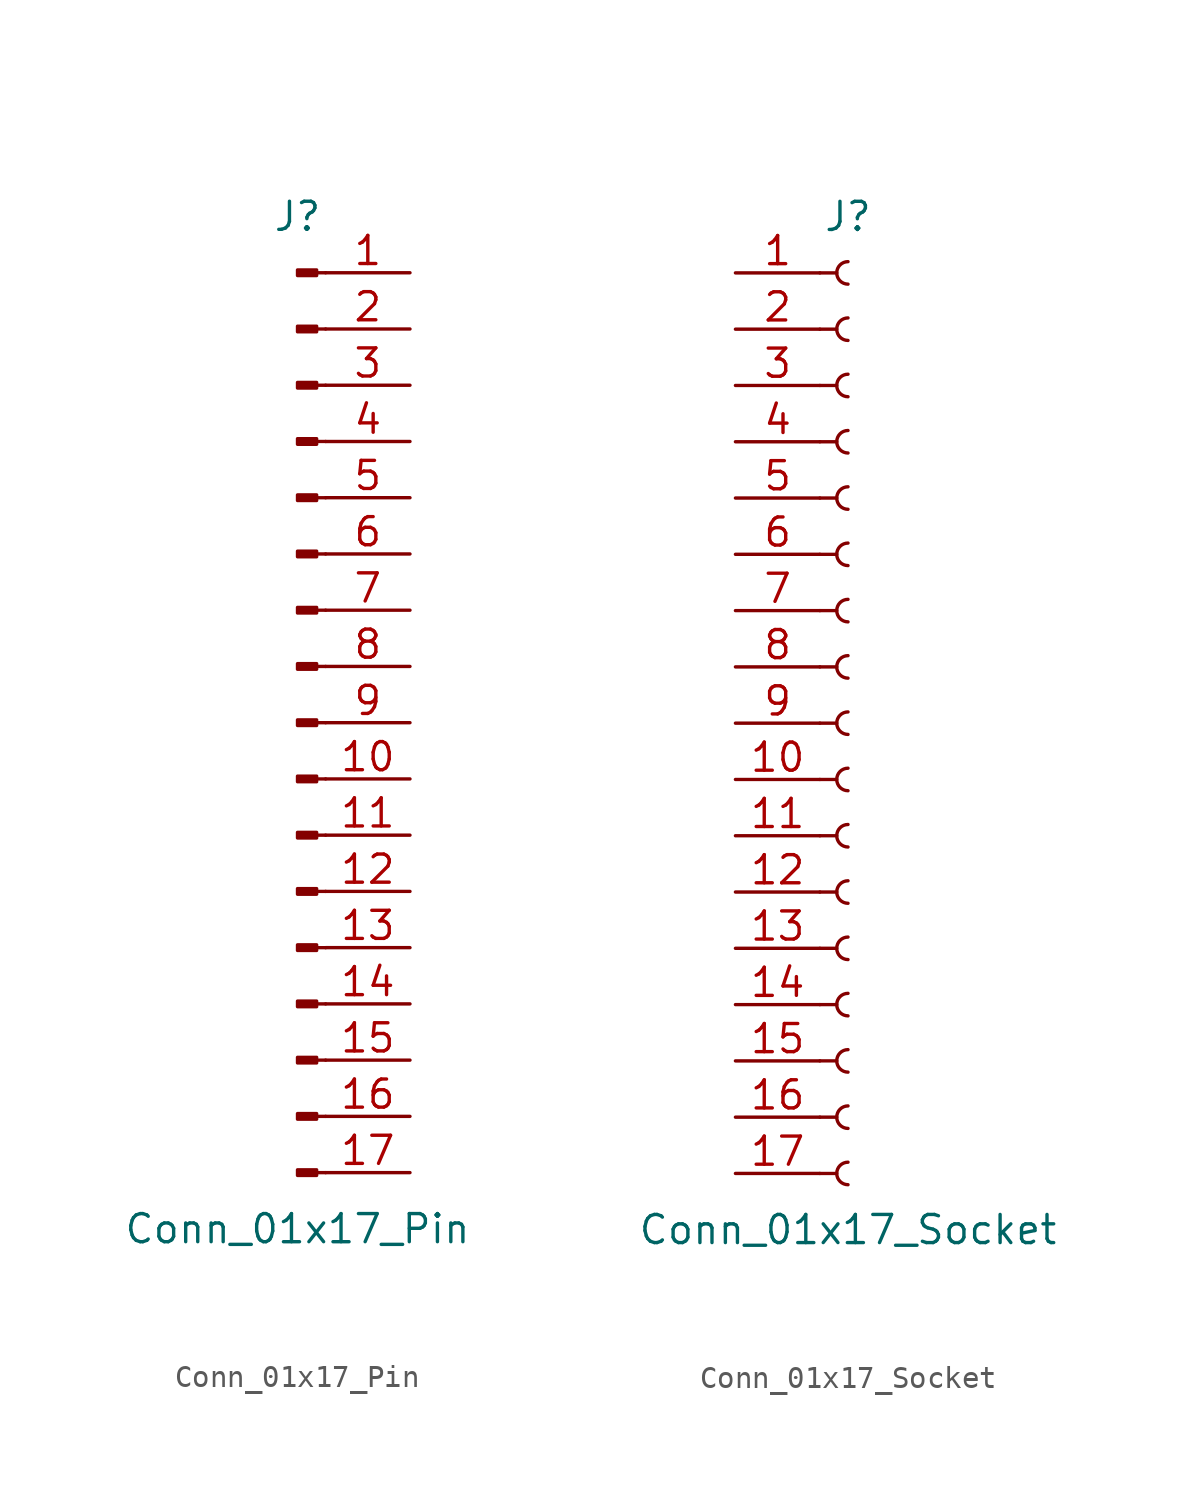
<source format=kicad_sym>
(kicad_symbol_lib
  (version 20241209)
  (generator "kicad_symbol_editor")
  (generator_version "9.0")
  (symbol "Conn_01x17_Pin"
    (pin_names
      (offset 1.016)
      (hide yes))
    (property "Reference" "J"
      (at 0 22.86 0)
      (effects (font (size 1.27 1.27))))
    (property "Value" "Conn_01x17_Pin"
      (at 0 -22.86 0)
      (effects (font (size 1.27 1.27))))
    (property "ki_locked" ""
      (at 0 0 0)
      (effects (font (size 1.27 1.27))))
    (symbol "Conn_01x17_Pin_1_1"
      (rectangle (start 0.864 20.447) (end 0 20.193) (stroke (width 0.152) (type default)) (fill (type outline)))
      (rectangle (start 0.864 17.907) (end 0 17.653) (stroke (width 0.152) (type default)) (fill (type outline)))
      (rectangle (start 0.864 15.367) (end 0 15.113) (stroke (width 0.152) (type default)) (fill (type outline)))
      (rectangle (start 0.864 12.827) (end 0 12.573) (stroke (width 0.152) (type default)) (fill (type outline)))
      (rectangle (start 0.864 10.287) (end 0 10.033) (stroke (width 0.152) (type default)) (fill (type outline)))
      (rectangle (start 0.864 7.747) (end 0 7.493) (stroke (width 0.152) (type default)) (fill (type outline)))
      (rectangle (start 0.864 5.207) (end 0 4.953) (stroke (width 0.152) (type default)) (fill (type outline)))
      (rectangle (start 0.864 2.667) (end 0 2.413) (stroke (width 0.152) (type default)) (fill (type outline)))
      (rectangle (start 0.864 0.127) (end 0 -0.127) (stroke (width 0.152) (type default)) (fill (type outline)))
      (rectangle (start 0.864 -2.413) (end 0 -2.667) (stroke (width 0.152) (type default)) (fill (type outline)))
      (rectangle (start 0.864 -4.953) (end 0 -5.207) (stroke (width 0.152) (type default)) (fill (type outline)))
      (rectangle (start 0.864 -7.493) (end 0 -7.747) (stroke (width 0.152) (type default)) (fill (type outline)))
      (rectangle (start 0.864 -10.033) (end 0 -10.287) (stroke (width 0.152) (type default)) (fill (type outline)))
      (rectangle (start 0.864 -12.573) (end 0 -12.827) (stroke (width 0.152) (type default)) (fill (type outline)))
      (rectangle (start 0.864 -15.113) (end 0 -15.367) (stroke (width 0.152) (type default)) (fill (type outline)))
      (rectangle (start 0.864 -17.653) (end 0 -17.907) (stroke (width 0.152) (type default)) (fill (type outline)))
      (rectangle (start 0.864 -20.193) (end 0 -20.447) (stroke (width 0.152) (type default)) (fill (type outline)))
      (polyline (pts (xy 1.27 20.32) (xy 0.864 20.32)) (stroke (width 0.152) (type default)) (fill (type none)))
      (polyline (pts (xy 1.27 17.78) (xy 0.864 17.78)) (stroke (width 0.152) (type default)) (fill (type none)))
      (polyline (pts (xy 1.27 15.24) (xy 0.864 15.24)) (stroke (width 0.152) (type default)) (fill (type none)))
      (polyline (pts (xy 1.27 12.7) (xy 0.864 12.7)) (stroke (width 0.152) (type default)) (fill (type none)))
      (polyline (pts (xy 1.27 10.16) (xy 0.864 10.16)) (stroke (width 0.152) (type default)) (fill (type none)))
      (polyline (pts (xy 1.27 7.62) (xy 0.864 7.62)) (stroke (width 0.152) (type default)) (fill (type none)))
      (polyline (pts (xy 1.27 5.08) (xy 0.864 5.08)) (stroke (width 0.152) (type default)) (fill (type none)))
      (polyline (pts (xy 1.27 2.54) (xy 0.864 2.54)) (stroke (width 0.152) (type default)) (fill (type none)))
      (polyline (pts (xy 1.27 0) (xy 0.864 0)) (stroke (width 0.152) (type default)) (fill (type none)))
      (polyline (pts (xy 1.27 -2.54) (xy 0.864 -2.54)) (stroke (width 0.152) (type default)) (fill (type none)))
      (polyline (pts (xy 1.27 -5.08) (xy 0.864 -5.08)) (stroke (width 0.152) (type default)) (fill (type none)))
      (polyline (pts (xy 1.27 -7.62) (xy 0.864 -7.62)) (stroke (width 0.152) (type default)) (fill (type none)))
      (polyline (pts (xy 1.27 -10.16) (xy 0.864 -10.16)) (stroke (width 0.152) (type default)) (fill (type none)))
      (polyline (pts (xy 1.27 -12.7) (xy 0.864 -12.7)) (stroke (width 0.152) (type default)) (fill (type none)))
      (polyline (pts (xy 1.27 -15.24) (xy 0.864 -15.24)) (stroke (width 0.152) (type default)) (fill (type none)))
      (polyline (pts (xy 1.27 -17.78) (xy 0.864 -17.78)) (stroke (width 0.152) (type default)) (fill (type none)))
      (polyline (pts (xy 1.27 -20.32) (xy 0.864 -20.32)) (stroke (width 0.152) (type default)) (fill (type none)))
      (pin passive line (at 5.08 20.32 180) (length 3.81) (name "Pin_1" (effects (font (size 1.27 1.27)))) (number "1" (effects (font (size 1.27 1.27)))))
      (pin passive line (at 5.08 17.78 180) (length 3.81) (name "Pin_2" (effects (font (size 1.27 1.27)))) (number "2" (effects (font (size 1.27 1.27)))))
      (pin passive line (at 5.08 15.24 180) (length 3.81) (name "Pin_3" (effects (font (size 1.27 1.27)))) (number "3" (effects (font (size 1.27 1.27)))))
      (pin passive line (at 5.08 12.7 180) (length 3.81) (name "Pin_4" (effects (font (size 1.27 1.27)))) (number "4" (effects (font (size 1.27 1.27)))))
      (pin passive line (at 5.08 10.16 180) (length 3.81) (name "Pin_5" (effects (font (size 1.27 1.27)))) (number "5" (effects (font (size 1.27 1.27)))))
      (pin passive line (at 5.08 7.62 180) (length 3.81) (name "Pin_6" (effects (font (size 1.27 1.27)))) (number "6" (effects (font (size 1.27 1.27)))))
      (pin passive line (at 5.08 5.08 180) (length 3.81) (name "Pin_7" (effects (font (size 1.27 1.27)))) (number "7" (effects (font (size 1.27 1.27)))))
      (pin passive line (at 5.08 2.54 180) (length 3.81) (name "Pin_8" (effects (font (size 1.27 1.27)))) (number "8" (effects (font (size 1.27 1.27)))))
      (pin passive line (at 5.08 0 180) (length 3.81) (name "Pin_9" (effects (font (size 1.27 1.27)))) (number "9" (effects (font (size 1.27 1.27)))))
      (pin passive line (at 5.08 -2.54 180) (length 3.81) (name "Pin_10" (effects (font (size 1.27 1.27)))) (number "10" (effects (font (size 1.27 1.27)))))
      (pin passive line (at 5.08 -5.08 180) (length 3.81) (name "Pin_11" (effects (font (size 1.27 1.27)))) (number "11" (effects (font (size 1.27 1.27)))))
      (pin passive line (at 5.08 -7.62 180) (length 3.81) (name "Pin_12" (effects (font (size 1.27 1.27)))) (number "12" (effects (font (size 1.27 1.27)))))
      (pin passive line (at 5.08 -10.16 180) (length 3.81) (name "Pin_13" (effects (font (size 1.27 1.27)))) (number "13" (effects (font (size 1.27 1.27)))))
      (pin passive line (at 5.08 -12.7 180) (length 3.81) (name "Pin_14" (effects (font (size 1.27 1.27)))) (number "14" (effects (font (size 1.27 1.27)))))
      (pin passive line (at 5.08 -15.24 180) (length 3.81) (name "Pin_15" (effects (font (size 1.27 1.27)))) (number "15" (effects (font (size 1.27 1.27)))))
      (pin passive line (at 5.08 -17.78 180) (length 3.81) (name "Pin_16" (effects (font (size 1.27 1.27)))) (number "16" (effects (font (size 1.27 1.27)))))
      (pin passive line (at 5.08 -20.32 180) (length 3.81) (name "Pin_17" (effects (font (size 1.27 1.27)))) (number "17" (effects (font (size 1.27 1.27)))))))
  (symbol "Conn_01x17_Socket"
    (pin_names
      (offset 1.016)
      (hide yes))
    (property "Reference" "J"
      (at 0 22.86 0)
      (effects (font (size 1.27 1.27))))
    (property "Value" "Conn_01x17_Socket"
      (at 0 -22.86 0)
      (effects (font (size 1.27 1.27))))
    (property "ki_locked" ""
      (at 0 0 0)
      (effects (font (size 1.27 1.27))))
    (symbol "Conn_01x17_Socket_1_1"
      (polyline (pts (xy -1.27 20.32) (xy -0.508 20.32)) (stroke (width 0.152) (type default)) (fill (type none)))
      (polyline (pts (xy -1.27 17.78) (xy -0.508 17.78)) (stroke (width 0.152) (type default)) (fill (type none)))
      (polyline (pts (xy -1.27 15.24) (xy -0.508 15.24)) (stroke (width 0.152) (type default)) (fill (type none)))
      (polyline (pts (xy -1.27 12.7) (xy -0.508 12.7)) (stroke (width 0.152) (type default)) (fill (type none)))
      (polyline (pts (xy -1.27 10.16) (xy -0.508 10.16)) (stroke (width 0.152) (type default)) (fill (type none)))
      (polyline (pts (xy -1.27 7.62) (xy -0.508 7.62)) (stroke (width 0.152) (type default)) (fill (type none)))
      (polyline (pts (xy -1.27 5.08) (xy -0.508 5.08)) (stroke (width 0.152) (type default)) (fill (type none)))
      (polyline (pts (xy -1.27 2.54) (xy -0.508 2.54)) (stroke (width 0.152) (type default)) (fill (type none)))
      (polyline (pts (xy -1.27 0) (xy -0.508 0)) (stroke (width 0.152) (type default)) (fill (type none)))
      (polyline (pts (xy -1.27 -2.54) (xy -0.508 -2.54)) (stroke (width 0.152) (type default)) (fill (type none)))
      (polyline (pts (xy -1.27 -5.08) (xy -0.508 -5.08)) (stroke (width 0.152) (type default)) (fill (type none)))
      (polyline (pts (xy -1.27 -7.62) (xy -0.508 -7.62)) (stroke (width 0.152) (type default)) (fill (type none)))
      (polyline (pts (xy -1.27 -10.16) (xy -0.508 -10.16)) (stroke (width 0.152) (type default)) (fill (type none)))
      (polyline (pts (xy -1.27 -12.7) (xy -0.508 -12.7)) (stroke (width 0.152) (type default)) (fill (type none)))
      (polyline (pts (xy -1.27 -15.24) (xy -0.508 -15.24)) (stroke (width 0.152) (type default)) (fill (type none)))
      (polyline (pts (xy -1.27 -17.78) (xy -0.508 -17.78)) (stroke (width 0.152) (type default)) (fill (type none)))
      (polyline (pts (xy -1.27 -20.32) (xy -0.508 -20.32)) (stroke (width 0.152) (type default)) (fill (type none)))
      (arc (start 0 19.812) (mid -0.5058 20.32) (end 0 20.828) (stroke (width 0.1524) (type default)) (fill (type none)))
      (arc (start 0 17.272) (mid -0.5058 17.78) (end 0 18.288) (stroke (width 0.1524) (type default)) (fill (type none)))
      (arc (start 0 14.732) (mid -0.5058 15.24) (end 0 15.748) (stroke (width 0.1524) (type default)) (fill (type none)))
      (arc (start 0 12.192) (mid -0.5058 12.7) (end 0 13.208) (stroke (width 0.1524) (type default)) (fill (type none)))
      (arc (start 0 9.652) (mid -0.5058 10.16) (end 0 10.668) (stroke (width 0.1524) (type default)) (fill (type none)))
      (arc (start 0 7.112) (mid -0.5058 7.62) (end 0 8.128) (stroke (width 0.1524) (type default)) (fill (type none)))
      (arc (start 0 4.572) (mid -0.5058 5.08) (end 0 5.588) (stroke (width 0.1524) (type default)) (fill (type none)))
      (arc (start 0 2.032) (mid -0.5058 2.54) (end 0 3.048) (stroke (width 0.1524) (type default)) (fill (type none)))
      (arc (start 0 -0.508) (mid -0.5058 0) (end 0 0.508) (stroke (width 0.1524) (type default)) (fill (type none)))
      (arc (start 0 -3.048) (mid -0.5058 -2.54) (end 0 -2.032) (stroke (width 0.1524) (type default)) (fill (type none)))
      (arc (start 0 -5.588) (mid -0.5058 -5.08) (end 0 -4.572) (stroke (width 0.1524) (type default)) (fill (type none)))
      (arc (start 0 -8.128) (mid -0.5058 -7.62) (end 0 -7.112) (stroke (width 0.1524) (type default)) (fill (type none)))
      (arc (start 0 -10.668) (mid -0.5058 -10.16) (end 0 -9.652) (stroke (width 0.1524) (type default)) (fill (type none)))
      (arc (start 0 -13.208) (mid -0.5058 -12.7) (end 0 -12.192) (stroke (width 0.1524) (type default)) (fill (type none)))
      (arc (start 0 -15.748) (mid -0.5058 -15.24) (end 0 -14.732) (stroke (width 0.1524) (type default)) (fill (type none)))
      (arc (start 0 -18.288) (mid -0.5058 -17.78) (end 0 -17.272) (stroke (width 0.1524) (type default)) (fill (type none)))
      (arc (start 0 -20.828) (mid -0.5058 -20.32) (end 0 -19.812) (stroke (width 0.1524) (type default)) (fill (type none)))
      (pin passive line (at -5.08 20.32 0) (length 3.81) (name "Pin_1" (effects (font (size 1.27 1.27)))) (number "1" (effects (font (size 1.27 1.27)))))
      (pin passive line (at -5.08 17.78 0) (length 3.81) (name "Pin_2" (effects (font (size 1.27 1.27)))) (number "2" (effects (font (size 1.27 1.27)))))
      (pin passive line (at -5.08 15.24 0) (length 3.81) (name "Pin_3" (effects (font (size 1.27 1.27)))) (number "3" (effects (font (size 1.27 1.27)))))
      (pin passive line (at -5.08 12.7 0) (length 3.81) (name "Pin_4" (effects (font (size 1.27 1.27)))) (number "4" (effects (font (size 1.27 1.27)))))
      (pin passive line (at -5.08 10.16 0) (length 3.81) (name "Pin_5" (effects (font (size 1.27 1.27)))) (number "5" (effects (font (size 1.27 1.27)))))
      (pin passive line (at -5.08 7.62 0) (length 3.81) (name "Pin_6" (effects (font (size 1.27 1.27)))) (number "6" (effects (font (size 1.27 1.27)))))
      (pin passive line (at -5.08 5.08 0) (length 3.81) (name "Pin_7" (effects (font (size 1.27 1.27)))) (number "7" (effects (font (size 1.27 1.27)))))
      (pin passive line (at -5.08 2.54 0) (length 3.81) (name "Pin_8" (effects (font (size 1.27 1.27)))) (number "8" (effects (font (size 1.27 1.27)))))
      (pin passive line (at -5.08 0 0) (length 3.81) (name "Pin_9" (effects (font (size 1.27 1.27)))) (number "9" (effects (font (size 1.27 1.27)))))
      (pin passive line (at -5.08 -2.54 0) (length 3.81) (name "Pin_10" (effects (font (size 1.27 1.27)))) (number "10" (effects (font (size 1.27 1.27)))))
      (pin passive line (at -5.08 -5.08 0) (length 3.81) (name "Pin_11" (effects (font (size 1.27 1.27)))) (number "11" (effects (font (size 1.27 1.27)))))
      (pin passive line (at -5.08 -7.62 0) (length 3.81) (name "Pin_12" (effects (font (size 1.27 1.27)))) (number "12" (effects (font (size 1.27 1.27)))))
      (pin passive line (at -5.08 -10.16 0) (length 3.81) (name "Pin_13" (effects (font (size 1.27 1.27)))) (number "13" (effects (font (size 1.27 1.27)))))
      (pin passive line (at -5.08 -12.7 0) (length 3.81) (name "Pin_14" (effects (font (size 1.27 1.27)))) (number "14" (effects (font (size 1.27 1.27)))))
      (pin passive line (at -5.08 -15.24 0) (length 3.81) (name "Pin_15" (effects (font (size 1.27 1.27)))) (number "15" (effects (font (size 1.27 1.27)))))
      (pin passive line (at -5.08 -17.78 0) (length 3.81) (name "Pin_16" (effects (font (size 1.27 1.27)))) (number "16" (effects (font (size 1.27 1.27)))))
      (pin passive line (at -5.08 -20.32 0) (length 3.81) (name "Pin_17" (effects (font (size 1.27 1.27)))) (number "17" (effects (font (size 1.27 1.27))))))))
</source>
